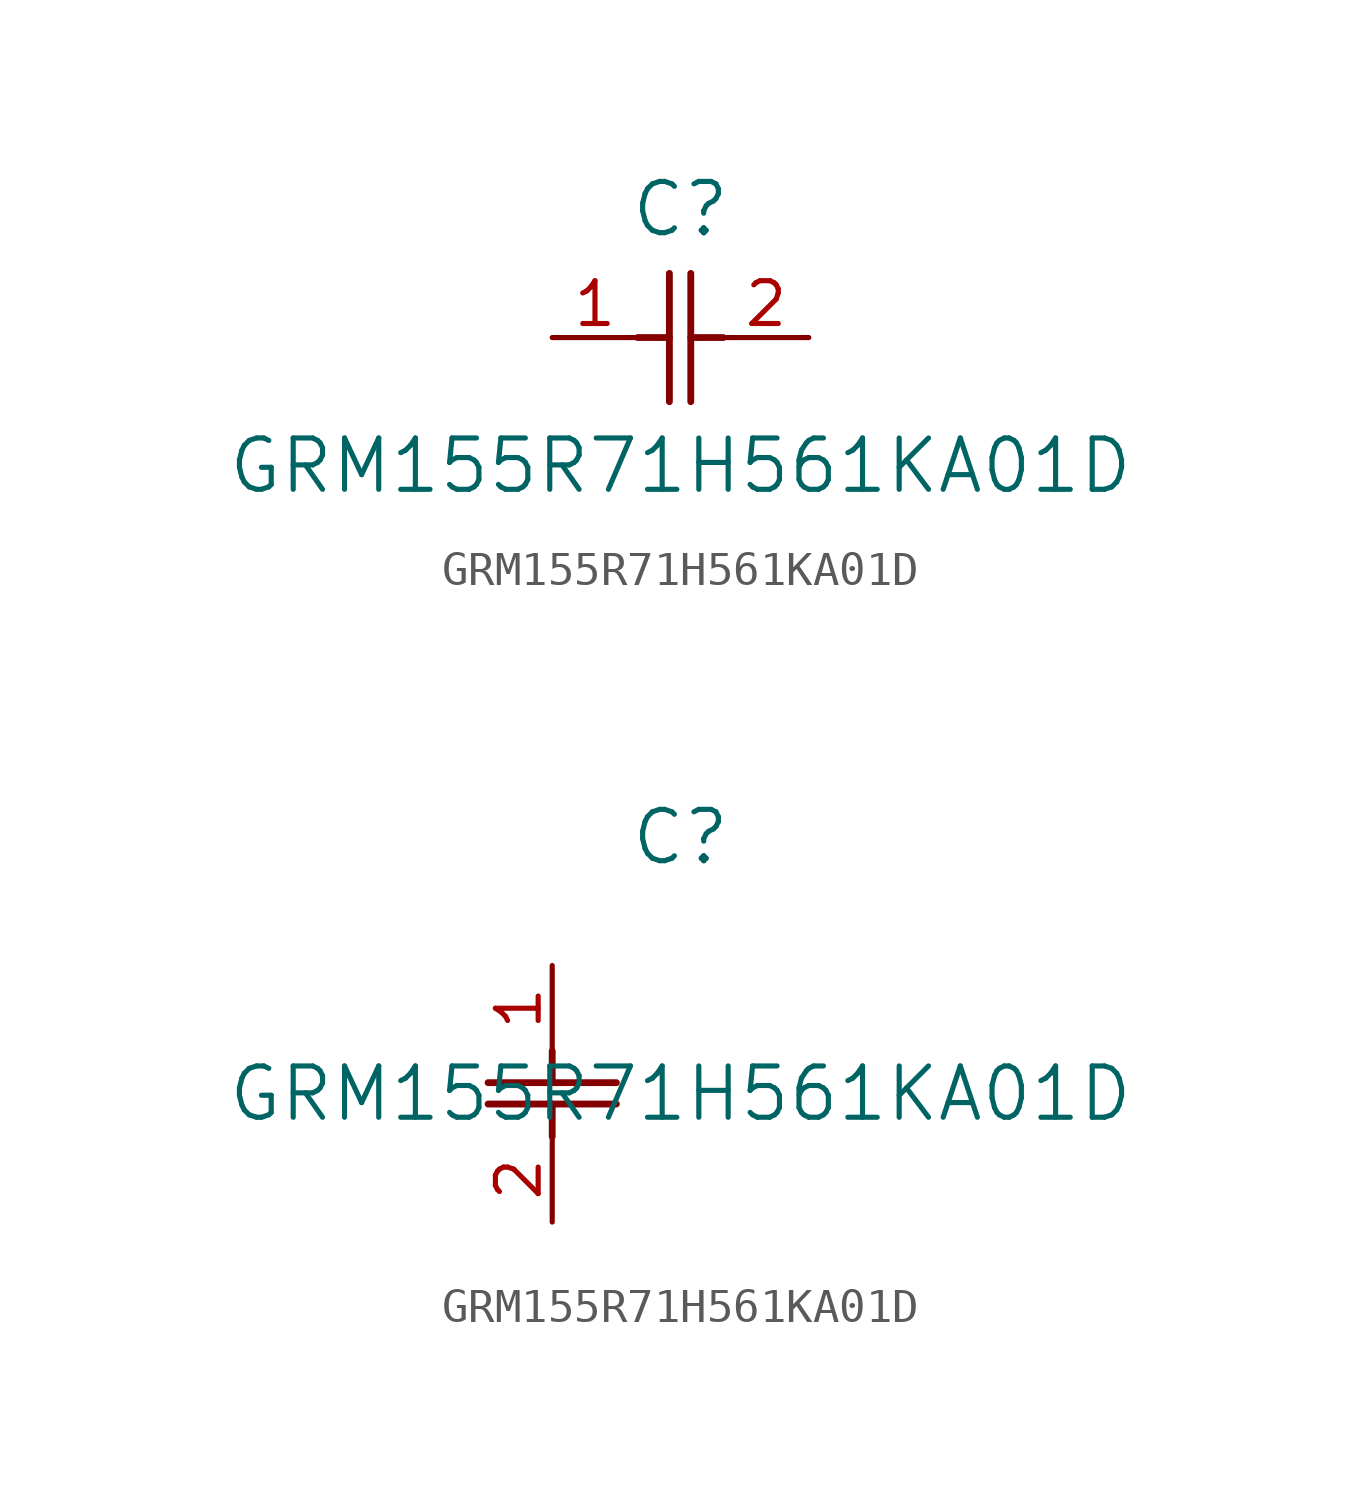
<source format=kicad_sym>
(kicad_symbol_lib
  (version 20211014)
  (generator kicad_symbol_editor)
  (symbol "GRM155R71H561KA01D"
    (pin_names
      (offset 0.254))
    (property "Reference" "C"
      (at 3.81 3.81 0)
      (effects (font (size 1.524 1.524))))
    (property "Value" "GRM155R71H561KA01D"
      (at 3.81 -3.81 0)
      (effects (font (size 1.524 1.524))))
    (symbol "GRM155R71H561KA01D_1_1"
      (polyline (pts (xy 3.48 -1.905) (xy 3.48 1.905)) (stroke (width 0.203) (type default) (color 0 0 0 0)) (fill (type none)))
      (polyline (pts (xy 4.115 -1.905) (xy 4.115 1.905)) (stroke (width 0.203) (type default) (color 0 0 0 0)) (fill (type none)))
      (polyline (pts (xy 4.115 0) (xy 5.08 0)) (stroke (width 0.203) (type default) (color 0 0 0 0)) (fill (type none)))
      (polyline (pts (xy 2.54 0) (xy 3.48 0)) (stroke (width 0.203) (type default) (color 0 0 0 0)) (fill (type none)))
      (pin unspecified line (at 0 0 0) (length 2.54) (name "" (effects (font (size 1.27 1.27)))) (number "1" (effects (font (size 1.27 1.27)))))
      (pin unspecified line (at 7.62 0 180) (length 2.54) (name "" (effects (font (size 1.27 1.27)))) (number "2" (effects (font (size 1.27 1.27))))))
    (symbol "GRM155R71H561KA01D_1_2"
      (polyline (pts (xy -1.905 -3.48) (xy 1.905 -3.48)) (stroke (width 0.203) (type default) (color 0 0 0 0)) (fill (type none)))
      (polyline (pts (xy -1.905 -4.115) (xy 1.905 -4.115)) (stroke (width 0.203) (type default) (color 0 0 0 0)) (fill (type none)))
      (polyline (pts (xy 0 -4.115) (xy 0 -5.08)) (stroke (width 0.203) (type default) (color 0 0 0 0)) (fill (type none)))
      (polyline (pts (xy 0 -2.54) (xy 0 -3.48)) (stroke (width 0.203) (type default) (color 0 0 0 0)) (fill (type none)))
      (pin unspecified line (at 0 0 270) (length 2.54) (name "" (effects (font (size 1.27 1.27)))) (number "1" (effects (font (size 1.27 1.27)))))
      (pin unspecified line (at 0 -7.62 90) (length 2.54) (name "" (effects (font (size 1.27 1.27)))) (number "2" (effects (font (size 1.27 1.27))))))))
</source>
